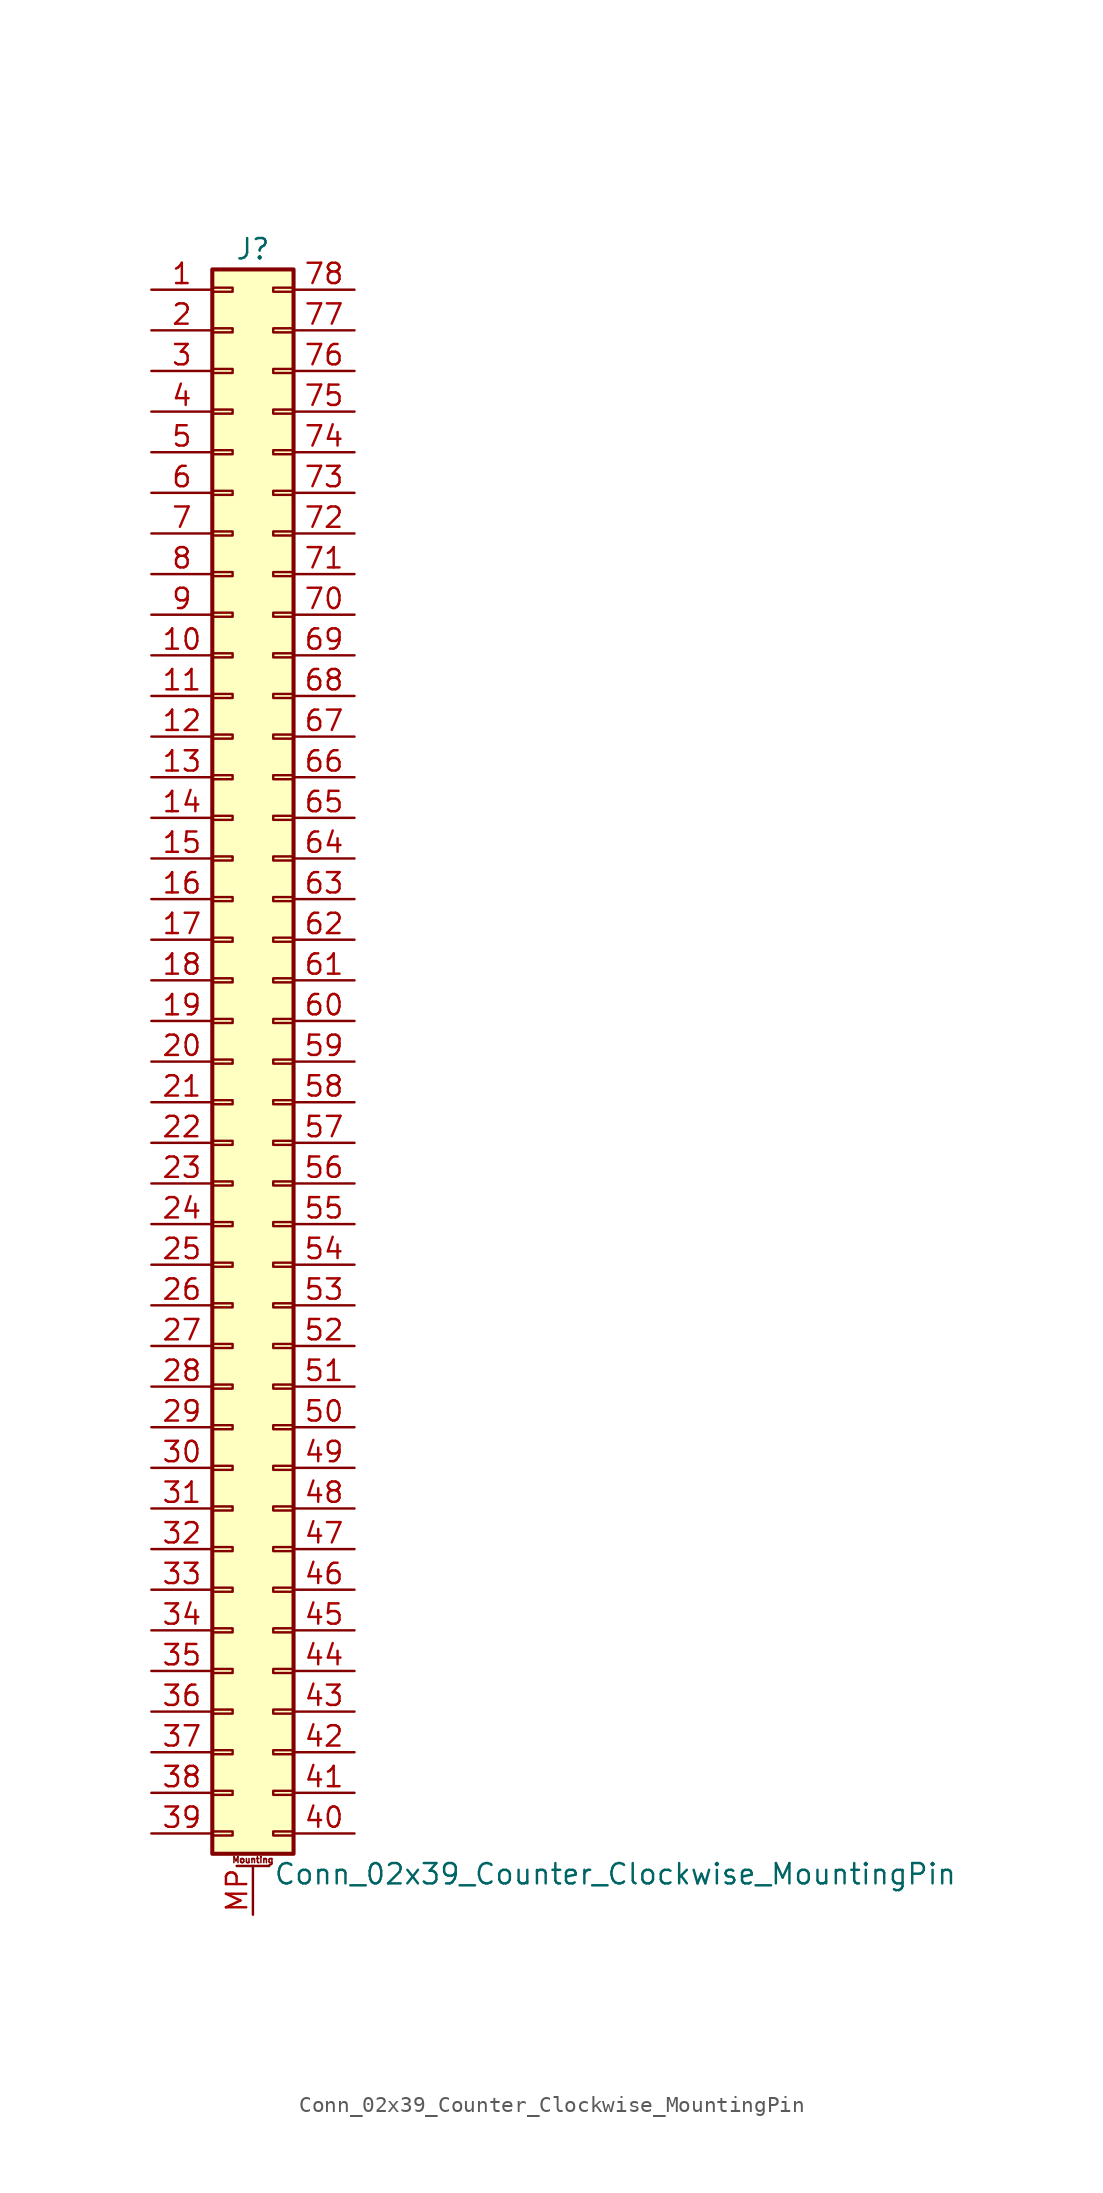
<source format=kicad_sym>
(kicad_symbol_lib
  (version 20201005)
  (generator kicad_symbol_editor)
  (symbol "Connector_Generic_MountingPin:Conn_02x39_Counter_Clockwise_MountingPin"
    (pin_names
      (offset 1.016) hide)
    (property "Reference" "J"
      (at 1.27 50.8 0)
      (effects (font (size 1.27 1.27))))
    (property "Value" "Conn_02x39_Counter_Clockwise_MountingPin"
      (at 2.54 -50.8 0)
      (effects (font (size 1.27 1.27)) (justify left)))
    (symbol "Conn_02x39_Counter_Clockwise_MountingPin_1_1"
      (text "Mounting" (at 1.27 -49.911 0) (effects (font (size 0.381 0.381))))
      (rectangle (start -1.27 -27.813) (end 0 -28.067) (stroke (width 0.152)) (fill (type none)))
      (rectangle (start -1.27 -30.353) (end 0 -30.607) (stroke (width 0.152)) (fill (type none)))
      (rectangle (start -1.27 -32.893) (end 0 -33.147) (stroke (width 0.152)) (fill (type none)))
      (rectangle (start -1.27 -35.433) (end 0 -35.687) (stroke (width 0.152)) (fill (type none)))
      (rectangle (start -1.27 -37.973) (end 0 -38.227) (stroke (width 0.152)) (fill (type none)))
      (rectangle (start -1.27 -40.513) (end 0 -40.767) (stroke (width 0.152)) (fill (type none)))
      (rectangle (start -1.27 -43.053) (end 0 -43.307) (stroke (width 0.152)) (fill (type none)))
      (rectangle (start -1.27 -45.593) (end 0 -45.847) (stroke (width 0.152)) (fill (type none)))
      (rectangle (start -1.27 -48.133) (end 0 -48.387) (stroke (width 0.152)) (fill (type none)))
      (rectangle (start -1.27 -4.953) (end 0 -5.207) (stroke (width 0.152)) (fill (type none)))
      (rectangle (start -1.27 -7.493) (end 0 -7.747) (stroke (width 0.152)) (fill (type none)))
      (rectangle (start -1.27 -10.033) (end 0 -10.287) (stroke (width 0.152)) (fill (type none)))
      (rectangle (start -1.27 -12.573) (end 0 -12.827) (stroke (width 0.152)) (fill (type none)))
      (rectangle (start -1.27 -15.113) (end 0 -15.367) (stroke (width 0.152)) (fill (type none)))
      (rectangle (start -1.27 -17.653) (end 0 -17.907) (stroke (width 0.152)) (fill (type none)))
      (rectangle (start -1.27 -20.193) (end 0 -20.447) (stroke (width 0.152)) (fill (type none)))
      (rectangle (start -1.27 -22.733) (end 0 -22.987) (stroke (width 0.152)) (fill (type none)))
      (rectangle (start -1.27 -2.413) (end 0 -2.667) (stroke (width 0.152)) (fill (type none)))
      (rectangle (start -1.27 -25.273) (end 0 -25.527) (stroke (width 0.152)) (fill (type none)))
      (rectangle (start -1.27 25.527) (end 0 25.273) (stroke (width 0.152)) (fill (type none)))
      (rectangle (start -1.27 2.667) (end 0 2.413) (stroke (width 0.152)) (fill (type none)))
      (rectangle (start -1.27 28.067) (end 0 27.813) (stroke (width 0.152)) (fill (type none)))
      (rectangle (start -1.27 30.607) (end 0 30.353) (stroke (width 0.152)) (fill (type none)))
      (rectangle (start -1.27 33.147) (end 0 32.893) (stroke (width 0.152)) (fill (type none)))
      (rectangle (start -1.27 35.687) (end 0 35.433) (stroke (width 0.152)) (fill (type none)))
      (rectangle (start -1.27 38.227) (end 0 37.973) (stroke (width 0.152)) (fill (type none)))
      (rectangle (start -1.27 40.767) (end 0 40.513) (stroke (width 0.152)) (fill (type none)))
      (rectangle (start -1.27 43.307) (end 0 43.053) (stroke (width 0.152)) (fill (type none)))
      (rectangle (start -1.27 45.847) (end 0 45.593) (stroke (width 0.152)) (fill (type none)))
      (rectangle (start -1.27 48.387) (end 0 48.133) (stroke (width 0.152)) (fill (type none)))
      (rectangle (start -1.27 49.53) (end 3.81 -49.53) (stroke (width 0.254)) (fill (type background)))
      (rectangle (start -1.27 5.207) (end 0 4.953) (stroke (width 0.152)) (fill (type none)))
      (rectangle (start -1.27 7.747) (end 0 7.493) (stroke (width 0.152)) (fill (type none)))
      (rectangle (start -1.27 10.287) (end 0 10.033) (stroke (width 0.152)) (fill (type none)))
      (rectangle (start -1.27 0.127) (end 0 -0.127) (stroke (width 0.152)) (fill (type none)))
      (rectangle (start -1.27 12.827) (end 0 12.573) (stroke (width 0.152)) (fill (type none)))
      (rectangle (start -1.27 15.367) (end 0 15.113) (stroke (width 0.152)) (fill (type none)))
      (rectangle (start -1.27 17.907) (end 0 17.653) (stroke (width 0.152)) (fill (type none)))
      (rectangle (start -1.27 20.447) (end 0 20.193) (stroke (width 0.152)) (fill (type none)))
      (rectangle (start -1.27 22.987) (end 0 22.733) (stroke (width 0.152)) (fill (type none)))
      (rectangle (start 3.81 -27.813) (end 2.54 -28.067) (stroke (width 0.152)) (fill (type none)))
      (rectangle (start 3.81 -30.353) (end 2.54 -30.607) (stroke (width 0.152)) (fill (type none)))
      (rectangle (start 3.81 -32.893) (end 2.54 -33.147) (stroke (width 0.152)) (fill (type none)))
      (rectangle (start 3.81 -35.433) (end 2.54 -35.687) (stroke (width 0.152)) (fill (type none)))
      (rectangle (start 3.81 -37.973) (end 2.54 -38.227) (stroke (width 0.152)) (fill (type none)))
      (rectangle (start 3.81 -40.513) (end 2.54 -40.767) (stroke (width 0.152)) (fill (type none)))
      (rectangle (start 3.81 -43.053) (end 2.54 -43.307) (stroke (width 0.152)) (fill (type none)))
      (rectangle (start 3.81 -45.593) (end 2.54 -45.847) (stroke (width 0.152)) (fill (type none)))
      (rectangle (start 3.81 -48.133) (end 2.54 -48.387) (stroke (width 0.152)) (fill (type none)))
      (rectangle (start 3.81 -4.953) (end 2.54 -5.207) (stroke (width 0.152)) (fill (type none)))
      (rectangle (start 3.81 -7.493) (end 2.54 -7.747) (stroke (width 0.152)) (fill (type none)))
      (rectangle (start 3.81 -10.033) (end 2.54 -10.287) (stroke (width 0.152)) (fill (type none)))
      (rectangle (start 3.81 -12.573) (end 2.54 -12.827) (stroke (width 0.152)) (fill (type none)))
      (rectangle (start 3.81 -15.113) (end 2.54 -15.367) (stroke (width 0.152)) (fill (type none)))
      (rectangle (start 3.81 -17.653) (end 2.54 -17.907) (stroke (width 0.152)) (fill (type none)))
      (rectangle (start 3.81 -20.193) (end 2.54 -20.447) (stroke (width 0.152)) (fill (type none)))
      (rectangle (start 3.81 -22.733) (end 2.54 -22.987) (stroke (width 0.152)) (fill (type none)))
      (rectangle (start 3.81 -2.413) (end 2.54 -2.667) (stroke (width 0.152)) (fill (type none)))
      (rectangle (start 3.81 -25.273) (end 2.54 -25.527) (stroke (width 0.152)) (fill (type none)))
      (rectangle (start 3.81 25.527) (end 2.54 25.273) (stroke (width 0.152)) (fill (type none)))
      (rectangle (start 3.81 2.667) (end 2.54 2.413) (stroke (width 0.152)) (fill (type none)))
      (rectangle (start 3.81 28.067) (end 2.54 27.813) (stroke (width 0.152)) (fill (type none)))
      (rectangle (start 3.81 30.607) (end 2.54 30.353) (stroke (width 0.152)) (fill (type none)))
      (rectangle (start 3.81 33.147) (end 2.54 32.893) (stroke (width 0.152)) (fill (type none)))
      (rectangle (start 3.81 35.687) (end 2.54 35.433) (stroke (width 0.152)) (fill (type none)))
      (rectangle (start 3.81 38.227) (end 2.54 37.973) (stroke (width 0.152)) (fill (type none)))
      (rectangle (start 3.81 40.767) (end 2.54 40.513) (stroke (width 0.152)) (fill (type none)))
      (rectangle (start 3.81 43.307) (end 2.54 43.053) (stroke (width 0.152)) (fill (type none)))
      (rectangle (start 3.81 45.847) (end 2.54 45.593) (stroke (width 0.152)) (fill (type none)))
      (rectangle (start 3.81 48.387) (end 2.54 48.133) (stroke (width 0.152)) (fill (type none)))
      (rectangle (start 3.81 5.207) (end 2.54 4.953) (stroke (width 0.152)) (fill (type none)))
      (rectangle (start 3.81 7.747) (end 2.54 7.493) (stroke (width 0.152)) (fill (type none)))
      (rectangle (start 3.81 10.287) (end 2.54 10.033) (stroke (width 0.152)) (fill (type none)))
      (rectangle (start 3.81 0.127) (end 2.54 -0.127) (stroke (width 0.152)) (fill (type none)))
      (rectangle (start 3.81 12.827) (end 2.54 12.573) (stroke (width 0.152)) (fill (type none)))
      (rectangle (start 3.81 15.367) (end 2.54 15.113) (stroke (width 0.152)) (fill (type none)))
      (rectangle (start 3.81 17.907) (end 2.54 17.653) (stroke (width 0.152)) (fill (type none)))
      (rectangle (start 3.81 20.447) (end 2.54 20.193) (stroke (width 0.152)) (fill (type none)))
      (rectangle (start 3.81 22.987) (end 2.54 22.733) (stroke (width 0.152)) (fill (type none)))
      (polyline (pts (xy 0.254 -50.292) (xy 2.286 -50.292)) (stroke (width 0.152)) (fill (type none)))
      (pin passive line (at 1.27 -53.34 90) (length 3.048) (name "MountPin" (effects (font (size 1.27 1.27)))) (number "MP" (effects (font (size 1.27 1.27)))))
      (pin passive line (at -5.08 48.26 0) (length 3.81) (name "Pin_1" (effects (font (size 1.27 1.27)))) (number "1" (effects (font (size 1.27 1.27)))))
      (pin passive line (at -5.08 25.4 0) (length 3.81) (name "Pin_10" (effects (font (size 1.27 1.27)))) (number "10" (effects (font (size 1.27 1.27)))))
      (pin passive line (at -5.08 22.86 0) (length 3.81) (name "Pin_11" (effects (font (size 1.27 1.27)))) (number "11" (effects (font (size 1.27 1.27)))))
      (pin passive line (at -5.08 20.32 0) (length 3.81) (name "Pin_12" (effects (font (size 1.27 1.27)))) (number "12" (effects (font (size 1.27 1.27)))))
      (pin passive line (at -5.08 17.78 0) (length 3.81) (name "Pin_13" (effects (font (size 1.27 1.27)))) (number "13" (effects (font (size 1.27 1.27)))))
      (pin passive line (at -5.08 15.24 0) (length 3.81) (name "Pin_14" (effects (font (size 1.27 1.27)))) (number "14" (effects (font (size 1.27 1.27)))))
      (pin passive line (at -5.08 12.7 0) (length 3.81) (name "Pin_15" (effects (font (size 1.27 1.27)))) (number "15" (effects (font (size 1.27 1.27)))))
      (pin passive line (at -5.08 10.16 0) (length 3.81) (name "Pin_16" (effects (font (size 1.27 1.27)))) (number "16" (effects (font (size 1.27 1.27)))))
      (pin passive line (at -5.08 7.62 0) (length 3.81) (name "Pin_17" (effects (font (size 1.27 1.27)))) (number "17" (effects (font (size 1.27 1.27)))))
      (pin passive line (at -5.08 5.08 0) (length 3.81) (name "Pin_18" (effects (font (size 1.27 1.27)))) (number "18" (effects (font (size 1.27 1.27)))))
      (pin passive line (at -5.08 2.54 0) (length 3.81) (name "Pin_19" (effects (font (size 1.27 1.27)))) (number "19" (effects (font (size 1.27 1.27)))))
      (pin passive line (at -5.08 45.72 0) (length 3.81) (name "Pin_2" (effects (font (size 1.27 1.27)))) (number "2" (effects (font (size 1.27 1.27)))))
      (pin passive line (at -5.08 0 0) (length 3.81) (name "Pin_20" (effects (font (size 1.27 1.27)))) (number "20" (effects (font (size 1.27 1.27)))))
      (pin passive line (at -5.08 -2.54 0) (length 3.81) (name "Pin_21" (effects (font (size 1.27 1.27)))) (number "21" (effects (font (size 1.27 1.27)))))
      (pin passive line (at -5.08 -5.08 0) (length 3.81) (name "Pin_22" (effects (font (size 1.27 1.27)))) (number "22" (effects (font (size 1.27 1.27)))))
      (pin passive line (at -5.08 -7.62 0) (length 3.81) (name "Pin_23" (effects (font (size 1.27 1.27)))) (number "23" (effects (font (size 1.27 1.27)))))
      (pin passive line (at -5.08 -10.16 0) (length 3.81) (name "Pin_24" (effects (font (size 1.27 1.27)))) (number "24" (effects (font (size 1.27 1.27)))))
      (pin passive line (at -5.08 -12.7 0) (length 3.81) (name "Pin_25" (effects (font (size 1.27 1.27)))) (number "25" (effects (font (size 1.27 1.27)))))
      (pin passive line (at -5.08 -15.24 0) (length 3.81) (name "Pin_26" (effects (font (size 1.27 1.27)))) (number "26" (effects (font (size 1.27 1.27)))))
      (pin passive line (at -5.08 -17.78 0) (length 3.81) (name "Pin_27" (effects (font (size 1.27 1.27)))) (number "27" (effects (font (size 1.27 1.27)))))
      (pin passive line (at -5.08 -20.32 0) (length 3.81) (name "Pin_28" (effects (font (size 1.27 1.27)))) (number "28" (effects (font (size 1.27 1.27)))))
      (pin passive line (at -5.08 -22.86 0) (length 3.81) (name "Pin_29" (effects (font (size 1.27 1.27)))) (number "29" (effects (font (size 1.27 1.27)))))
      (pin passive line (at -5.08 43.18 0) (length 3.81) (name "Pin_3" (effects (font (size 1.27 1.27)))) (number "3" (effects (font (size 1.27 1.27)))))
      (pin passive line (at -5.08 -25.4 0) (length 3.81) (name "Pin_30" (effects (font (size 1.27 1.27)))) (number "30" (effects (font (size 1.27 1.27)))))
      (pin passive line (at -5.08 -27.94 0) (length 3.81) (name "Pin_31" (effects (font (size 1.27 1.27)))) (number "31" (effects (font (size 1.27 1.27)))))
      (pin passive line (at -5.08 -30.48 0) (length 3.81) (name "Pin_32" (effects (font (size 1.27 1.27)))) (number "32" (effects (font (size 1.27 1.27)))))
      (pin passive line (at -5.08 -33.02 0) (length 3.81) (name "Pin_33" (effects (font (size 1.27 1.27)))) (number "33" (effects (font (size 1.27 1.27)))))
      (pin passive line (at -5.08 -35.56 0) (length 3.81) (name "Pin_34" (effects (font (size 1.27 1.27)))) (number "34" (effects (font (size 1.27 1.27)))))
      (pin passive line (at -5.08 -38.1 0) (length 3.81) (name "Pin_35" (effects (font (size 1.27 1.27)))) (number "35" (effects (font (size 1.27 1.27)))))
      (pin passive line (at -5.08 -40.64 0) (length 3.81) (name "Pin_36" (effects (font (size 1.27 1.27)))) (number "36" (effects (font (size 1.27 1.27)))))
      (pin passive line (at -5.08 -43.18 0) (length 3.81) (name "Pin_37" (effects (font (size 1.27 1.27)))) (number "37" (effects (font (size 1.27 1.27)))))
      (pin passive line (at -5.08 -45.72 0) (length 3.81) (name "Pin_38" (effects (font (size 1.27 1.27)))) (number "38" (effects (font (size 1.27 1.27)))))
      (pin passive line (at -5.08 -48.26 0) (length 3.81) (name "Pin_39" (effects (font (size 1.27 1.27)))) (number "39" (effects (font (size 1.27 1.27)))))
      (pin passive line (at -5.08 40.64 0) (length 3.81) (name "Pin_4" (effects (font (size 1.27 1.27)))) (number "4" (effects (font (size 1.27 1.27)))))
      (pin passive line (at 7.62 -48.26 180) (length 3.81) (name "Pin_40" (effects (font (size 1.27 1.27)))) (number "40" (effects (font (size 1.27 1.27)))))
      (pin passive line (at 7.62 -45.72 180) (length 3.81) (name "Pin_41" (effects (font (size 1.27 1.27)))) (number "41" (effects (font (size 1.27 1.27)))))
      (pin passive line (at 7.62 -43.18 180) (length 3.81) (name "Pin_42" (effects (font (size 1.27 1.27)))) (number "42" (effects (font (size 1.27 1.27)))))
      (pin passive line (at 7.62 -40.64 180) (length 3.81) (name "Pin_43" (effects (font (size 1.27 1.27)))) (number "43" (effects (font (size 1.27 1.27)))))
      (pin passive line (at 7.62 -38.1 180) (length 3.81) (name "Pin_44" (effects (font (size 1.27 1.27)))) (number "44" (effects (font (size 1.27 1.27)))))
      (pin passive line (at 7.62 -35.56 180) (length 3.81) (name "Pin_45" (effects (font (size 1.27 1.27)))) (number "45" (effects (font (size 1.27 1.27)))))
      (pin passive line (at 7.62 -33.02 180) (length 3.81) (name "Pin_46" (effects (font (size 1.27 1.27)))) (number "46" (effects (font (size 1.27 1.27)))))
      (pin passive line (at 7.62 -30.48 180) (length 3.81) (name "Pin_47" (effects (font (size 1.27 1.27)))) (number "47" (effects (font (size 1.27 1.27)))))
      (pin passive line (at 7.62 -27.94 180) (length 3.81) (name "Pin_48" (effects (font (size 1.27 1.27)))) (number "48" (effects (font (size 1.27 1.27)))))
      (pin passive line (at 7.62 -25.4 180) (length 3.81) (name "Pin_49" (effects (font (size 1.27 1.27)))) (number "49" (effects (font (size 1.27 1.27)))))
      (pin passive line (at -5.08 38.1 0) (length 3.81) (name "Pin_5" (effects (font (size 1.27 1.27)))) (number "5" (effects (font (size 1.27 1.27)))))
      (pin passive line (at 7.62 -22.86 180) (length 3.81) (name "Pin_50" (effects (font (size 1.27 1.27)))) (number "50" (effects (font (size 1.27 1.27)))))
      (pin passive line (at 7.62 -20.32 180) (length 3.81) (name "Pin_51" (effects (font (size 1.27 1.27)))) (number "51" (effects (font (size 1.27 1.27)))))
      (pin passive line (at 7.62 -17.78 180) (length 3.81) (name "Pin_52" (effects (font (size 1.27 1.27)))) (number "52" (effects (font (size 1.27 1.27)))))
      (pin passive line (at 7.62 -15.24 180) (length 3.81) (name "Pin_53" (effects (font (size 1.27 1.27)))) (number "53" (effects (font (size 1.27 1.27)))))
      (pin passive line (at 7.62 -12.7 180) (length 3.81) (name "Pin_54" (effects (font (size 1.27 1.27)))) (number "54" (effects (font (size 1.27 1.27)))))
      (pin passive line (at 7.62 -10.16 180) (length 3.81) (name "Pin_55" (effects (font (size 1.27 1.27)))) (number "55" (effects (font (size 1.27 1.27)))))
      (pin passive line (at 7.62 -7.62 180) (length 3.81) (name "Pin_56" (effects (font (size 1.27 1.27)))) (number "56" (effects (font (size 1.27 1.27)))))
      (pin passive line (at 7.62 -5.08 180) (length 3.81) (name "Pin_57" (effects (font (size 1.27 1.27)))) (number "57" (effects (font (size 1.27 1.27)))))
      (pin passive line (at 7.62 -2.54 180) (length 3.81) (name "Pin_58" (effects (font (size 1.27 1.27)))) (number "58" (effects (font (size 1.27 1.27)))))
      (pin passive line (at 7.62 0 180) (length 3.81) (name "Pin_59" (effects (font (size 1.27 1.27)))) (number "59" (effects (font (size 1.27 1.27)))))
      (pin passive line (at -5.08 35.56 0) (length 3.81) (name "Pin_6" (effects (font (size 1.27 1.27)))) (number "6" (effects (font (size 1.27 1.27)))))
      (pin passive line (at 7.62 2.54 180) (length 3.81) (name "Pin_60" (effects (font (size 1.27 1.27)))) (number "60" (effects (font (size 1.27 1.27)))))
      (pin passive line (at 7.62 5.08 180) (length 3.81) (name "Pin_61" (effects (font (size 1.27 1.27)))) (number "61" (effects (font (size 1.27 1.27)))))
      (pin passive line (at 7.62 7.62 180) (length 3.81) (name "Pin_62" (effects (font (size 1.27 1.27)))) (number "62" (effects (font (size 1.27 1.27)))))
      (pin passive line (at 7.62 10.16 180) (length 3.81) (name "Pin_63" (effects (font (size 1.27 1.27)))) (number "63" (effects (font (size 1.27 1.27)))))
      (pin passive line (at 7.62 12.7 180) (length 3.81) (name "Pin_64" (effects (font (size 1.27 1.27)))) (number "64" (effects (font (size 1.27 1.27)))))
      (pin passive line (at 7.62 15.24 180) (length 3.81) (name "Pin_65" (effects (font (size 1.27 1.27)))) (number "65" (effects (font (size 1.27 1.27)))))
      (pin passive line (at 7.62 17.78 180) (length 3.81) (name "Pin_66" (effects (font (size 1.27 1.27)))) (number "66" (effects (font (size 1.27 1.27)))))
      (pin passive line (at 7.62 20.32 180) (length 3.81) (name "Pin_67" (effects (font (size 1.27 1.27)))) (number "67" (effects (font (size 1.27 1.27)))))
      (pin passive line (at 7.62 22.86 180) (length 3.81) (name "Pin_68" (effects (font (size 1.27 1.27)))) (number "68" (effects (font (size 1.27 1.27)))))
      (pin passive line (at 7.62 25.4 180) (length 3.81) (name "Pin_69" (effects (font (size 1.27 1.27)))) (number "69" (effects (font (size 1.27 1.27)))))
      (pin passive line (at -5.08 33.02 0) (length 3.81) (name "Pin_7" (effects (font (size 1.27 1.27)))) (number "7" (effects (font (size 1.27 1.27)))))
      (pin passive line (at 7.62 27.94 180) (length 3.81) (name "Pin_70" (effects (font (size 1.27 1.27)))) (number "70" (effects (font (size 1.27 1.27)))))
      (pin passive line (at 7.62 30.48 180) (length 3.81) (name "Pin_71" (effects (font (size 1.27 1.27)))) (number "71" (effects (font (size 1.27 1.27)))))
      (pin passive line (at 7.62 33.02 180) (length 3.81) (name "Pin_72" (effects (font (size 1.27 1.27)))) (number "72" (effects (font (size 1.27 1.27)))))
      (pin passive line (at 7.62 35.56 180) (length 3.81) (name "Pin_73" (effects (font (size 1.27 1.27)))) (number "73" (effects (font (size 1.27 1.27)))))
      (pin passive line (at 7.62 38.1 180) (length 3.81) (name "Pin_74" (effects (font (size 1.27 1.27)))) (number "74" (effects (font (size 1.27 1.27)))))
      (pin passive line (at 7.62 40.64 180) (length 3.81) (name "Pin_75" (effects (font (size 1.27 1.27)))) (number "75" (effects (font (size 1.27 1.27)))))
      (pin passive line (at 7.62 43.18 180) (length 3.81) (name "Pin_76" (effects (font (size 1.27 1.27)))) (number "76" (effects (font (size 1.27 1.27)))))
      (pin passive line (at 7.62 45.72 180) (length 3.81) (name "Pin_77" (effects (font (size 1.27 1.27)))) (number "77" (effects (font (size 1.27 1.27)))))
      (pin passive line (at 7.62 48.26 180) (length 3.81) (name "Pin_78" (effects (font (size 1.27 1.27)))) (number "78" (effects (font (size 1.27 1.27)))))
      (pin passive line (at -5.08 30.48 0) (length 3.81) (name "Pin_8" (effects (font (size 1.27 1.27)))) (number "8" (effects (font (size 1.27 1.27)))))
      (pin passive line (at -5.08 27.94 0) (length 3.81) (name "Pin_9" (effects (font (size 1.27 1.27)))) (number "9" (effects (font (size 1.27 1.27))))))))
</source>
